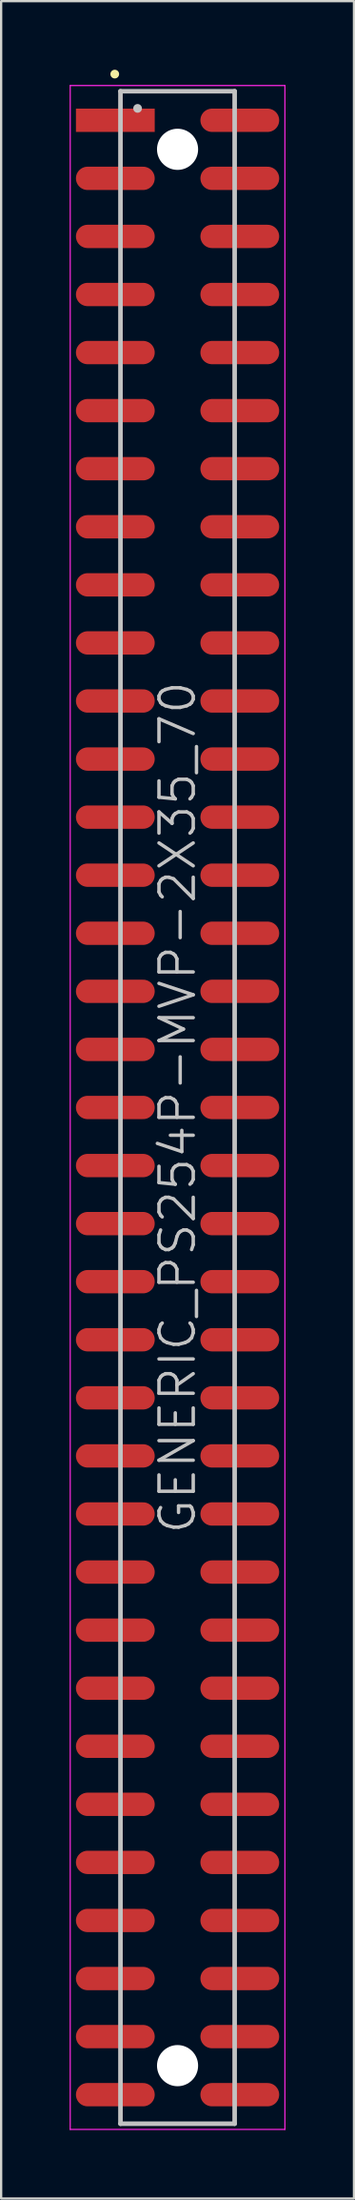
<source format=kicad_pcb>
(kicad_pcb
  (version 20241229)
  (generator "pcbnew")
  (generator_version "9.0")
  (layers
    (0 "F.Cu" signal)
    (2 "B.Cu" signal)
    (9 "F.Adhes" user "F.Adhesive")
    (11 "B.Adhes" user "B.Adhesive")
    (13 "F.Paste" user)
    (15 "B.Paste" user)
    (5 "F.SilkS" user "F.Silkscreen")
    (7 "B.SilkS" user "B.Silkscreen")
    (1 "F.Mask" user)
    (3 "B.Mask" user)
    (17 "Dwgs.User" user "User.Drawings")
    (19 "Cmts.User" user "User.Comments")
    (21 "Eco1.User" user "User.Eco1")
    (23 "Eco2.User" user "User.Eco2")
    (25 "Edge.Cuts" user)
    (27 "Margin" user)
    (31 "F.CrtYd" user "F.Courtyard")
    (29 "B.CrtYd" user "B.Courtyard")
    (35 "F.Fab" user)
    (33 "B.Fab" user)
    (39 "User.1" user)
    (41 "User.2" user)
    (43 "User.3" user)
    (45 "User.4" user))
  (footprint "GENERIC_PS254P-MVP-2X35_70"
    (layer "F.Cu")
    (at 4.725 45.391)
    (property "Reference" "GENERIC_PS254P-MVP-2X35_70" (at 0 0 90) (layer "Dwgs.User") (effects (font (size 1.5 1.5) (thickness 0.15))))
    (attr smd)
    (fp_line (start -2.75 -45.2) (end -2.75 -45.2) (stroke (width 0.381) (type solid)) (layer "F.SilkS"))
    (fp_line (start -2.5 -44.45) (end -2.5 44.45) (stroke (width 0.2) (type solid)) (layer "Dwgs.User"))
    (fp_line (start -2.5 -44.45) (end 2.5 -44.45) (stroke (width 0.2) (type solid)) (layer "Dwgs.User"))
    (fp_line (start -2.5 44.45) (end 2.5 44.45) (stroke (width 0.2) (type solid)) (layer "Dwgs.User"))
    (fp_line (start -1.75 -43.7) (end -1.75 -43.7) (stroke (width 0.381) (type solid)) (layer "Dwgs.User"))
    (fp_line (start 2.5 -44.45) (end 2.5 44.45) (stroke (width 0.2) (type solid)) (layer "Dwgs.User"))
    (fp_line (start -4.7 -44.7) (end -4.7 44.7) (stroke (width 0.05) (type solid)) (layer "F.CrtYd"))
    (fp_line (start -4.7 -44.7) (end 4.7 -44.7) (stroke (width 0.05) (type solid)) (layer "F.CrtYd"))
    (fp_line (start -4.7 44.7) (end 4.7 44.7) (stroke (width 0.05) (type solid)) (layer "F.CrtYd"))
    (fp_line (start 4.7 -44.7) (end 4.7 44.7) (stroke (width 0.05) (type solid)) (layer "F.CrtYd"))
    (pad "" np_thru_hole circle (at 0 -41.91 270) (size 1.8 1.8) (drill 1.8) (layers "*.Cu" "*.Mask"))
    (pad "" np_thru_hole circle (at 0 41.91 270) (size 1.8 1.8) (drill 1.8) (layers "*.Cu" "*.Mask"))
    (pad "1" smd rect (at -2.725 -43.18 270) (size 1.02 3.45) (layers "F.Cu" "F.Mask" "F.Paste"))
    (pad "2" smd oval (at 2.725 -43.18 270) (size 1.02 3.45) (layers "F.Cu" "F.Mask" "F.Paste"))
    (pad "3" smd oval (at -2.725 -40.64 270) (size 1.02 3.45) (layers "F.Cu" "F.Mask" "F.Paste"))
    (pad "4" smd oval (at 2.725 -40.64 270) (size 1.02 3.45) (layers "F.Cu" "F.Mask" "F.Paste"))
    (pad "5" smd oval (at -2.725 -38.1 270) (size 1.02 3.45) (layers "F.Cu" "F.Mask" "F.Paste"))
    (pad "6" smd oval (at 2.725 -38.1 270) (size 1.02 3.45) (layers "F.Cu" "F.Mask" "F.Paste"))
    (pad "7" smd oval (at -2.725 -35.56 270) (size 1.02 3.45) (layers "F.Cu" "F.Mask" "F.Paste"))
    (pad "8" smd oval (at 2.725 -35.56 270) (size 1.02 3.45) (layers "F.Cu" "F.Mask" "F.Paste"))
    (pad "9" smd oval (at -2.725 -33.02 270) (size 1.02 3.45) (layers "F.Cu" "F.Mask" "F.Paste"))
    (pad "10" smd oval (at 2.725 -33.02 270) (size 1.02 3.45) (layers "F.Cu" "F.Mask" "F.Paste"))
    (pad "11" smd oval (at -2.725 -30.48 270) (size 1.02 3.45) (layers "F.Cu" "F.Mask" "F.Paste"))
    (pad "12" smd oval (at 2.725 -30.48 270) (size 1.02 3.45) (layers "F.Cu" "F.Mask" "F.Paste"))
    (pad "13" smd oval (at -2.725 -27.94 270) (size 1.02 3.45) (layers "F.Cu" "F.Mask" "F.Paste"))
    (pad "14" smd oval (at 2.725 -27.94 270) (size 1.02 3.45) (layers "F.Cu" "F.Mask" "F.Paste"))
    (pad "15" smd oval (at -2.725 -25.4 270) (size 1.02 3.45) (layers "F.Cu" "F.Mask" "F.Paste"))
    (pad "16" smd oval (at 2.725 -25.4 270) (size 1.02 3.45) (layers "F.Cu" "F.Mask" "F.Paste"))
    (pad "17" smd oval (at -2.725 -22.86 270) (size 1.02 3.45) (layers "F.Cu" "F.Mask" "F.Paste"))
    (pad "18" smd oval (at 2.725 -22.86 270) (size 1.02 3.45) (layers "F.Cu" "F.Mask" "F.Paste"))
    (pad "19" smd oval (at -2.725 -20.32 270) (size 1.02 3.45) (layers "F.Cu" "F.Mask" "F.Paste"))
    (pad "20" smd oval (at 2.725 -20.32 270) (size 1.02 3.45) (layers "F.Cu" "F.Mask" "F.Paste"))
    (pad "21" smd oval (at -2.725 -17.78 270) (size 1.02 3.45) (layers "F.Cu" "F.Mask" "F.Paste"))
    (pad "22" smd oval (at 2.725 -17.78 270) (size 1.02 3.45) (layers "F.Cu" "F.Mask" "F.Paste"))
    (pad "23" smd oval (at -2.725 -15.24 270) (size 1.02 3.45) (layers "F.Cu" "F.Mask" "F.Paste"))
    (pad "24" smd oval (at 2.725 -15.24 270) (size 1.02 3.45) (layers "F.Cu" "F.Mask" "F.Paste"))
    (pad "25" smd oval (at -2.725 -12.7 270) (size 1.02 3.45) (layers "F.Cu" "F.Mask" "F.Paste"))
    (pad "26" smd oval (at 2.725 -12.7 270) (size 1.02 3.45) (layers "F.Cu" "F.Mask" "F.Paste"))
    (pad "27" smd oval (at -2.725 -10.16 270) (size 1.02 3.45) (layers "F.Cu" "F.Mask" "F.Paste"))
    (pad "28" smd oval (at 2.725 -10.16 270) (size 1.02 3.45) (layers "F.Cu" "F.Mask" "F.Paste"))
    (pad "29" smd oval (at -2.725 -7.62 270) (size 1.02 3.45) (layers "F.Cu" "F.Mask" "F.Paste"))
    (pad "30" smd oval (at 2.725 -7.62 270) (size 1.02 3.45) (layers "F.Cu" "F.Mask" "F.Paste"))
    (pad "31" smd oval (at -2.725 -5.08 270) (size 1.02 3.45) (layers "F.Cu" "F.Mask" "F.Paste"))
    (pad "32" smd oval (at 2.725 -5.08 270) (size 1.02 3.45) (layers "F.Cu" "F.Mask" "F.Paste"))
    (pad "33" smd oval (at -2.725 -2.54 270) (size 1.02 3.45) (layers "F.Cu" "F.Mask" "F.Paste"))
    (pad "34" smd oval (at 2.725 -2.54 270) (size 1.02 3.45) (layers "F.Cu" "F.Mask" "F.Paste"))
    (pad "35" smd oval (at -2.725 0 270) (size 1.02 3.45) (layers "F.Cu" "F.Mask" "F.Paste"))
    (pad "36" smd oval (at 2.725 0 270) (size 1.02 3.45) (layers "F.Cu" "F.Mask" "F.Paste"))
    (pad "37" smd oval (at -2.725 2.54 270) (size 1.02 3.45) (layers "F.Cu" "F.Mask" "F.Paste"))
    (pad "38" smd oval (at 2.725 2.54 270) (size 1.02 3.45) (layers "F.Cu" "F.Mask" "F.Paste"))
    (pad "39" smd oval (at -2.725 5.08 270) (size 1.02 3.45) (layers "F.Cu" "F.Mask" "F.Paste"))
    (pad "40" smd oval (at 2.725 5.08 270) (size 1.02 3.45) (layers "F.Cu" "F.Mask" "F.Paste"))
    (pad "41" smd oval (at -2.725 7.62 270) (size 1.02 3.45) (layers "F.Cu" "F.Mask" "F.Paste"))
    (pad "42" smd oval (at 2.725 7.62 270) (size 1.02 3.45) (layers "F.Cu" "F.Mask" "F.Paste"))
    (pad "43" smd oval (at -2.725 10.16 270) (size 1.02 3.45) (layers "F.Cu" "F.Mask" "F.Paste"))
    (pad "44" smd oval (at 2.725 10.16 270) (size 1.02 3.45) (layers "F.Cu" "F.Mask" "F.Paste"))
    (pad "45" smd oval (at -2.725 12.7 270) (size 1.02 3.45) (layers "F.Cu" "F.Mask" "F.Paste"))
    (pad "46" smd oval (at 2.725 12.7 270) (size 1.02 3.45) (layers "F.Cu" "F.Mask" "F.Paste"))
    (pad "47" smd oval (at -2.725 15.24 270) (size 1.02 3.45) (layers "F.Cu" "F.Mask" "F.Paste"))
    (pad "48" smd oval (at 2.725 15.24 270) (size 1.02 3.45) (layers "F.Cu" "F.Mask" "F.Paste"))
    (pad "49" smd oval (at -2.725 17.78 270) (size 1.02 3.45) (layers "F.Cu" "F.Mask" "F.Paste"))
    (pad "50" smd oval (at 2.725 17.78 270) (size 1.02 3.45) (layers "F.Cu" "F.Mask" "F.Paste"))
    (pad "51" smd oval (at -2.725 20.32 270) (size 1.02 3.45) (layers "F.Cu" "F.Mask" "F.Paste"))
    (pad "52" smd oval (at 2.725 20.32 270) (size 1.02 3.45) (layers "F.Cu" "F.Mask" "F.Paste"))
    (pad "53" smd oval (at -2.725 22.86 270) (size 1.02 3.45) (layers "F.Cu" "F.Mask" "F.Paste"))
    (pad "54" smd oval (at 2.725 22.86 270) (size 1.02 3.45) (layers "F.Cu" "F.Mask" "F.Paste"))
    (pad "55" smd oval (at -2.725 25.4 270) (size 1.02 3.45) (layers "F.Cu" "F.Mask" "F.Paste"))
    (pad "56" smd oval (at 2.725 25.4 270) (size 1.02 3.45) (layers "F.Cu" "F.Mask" "F.Paste"))
    (pad "57" smd oval (at -2.725 27.94 270) (size 1.02 3.45) (layers "F.Cu" "F.Mask" "F.Paste"))
    (pad "58" smd oval (at 2.725 27.94 270) (size 1.02 3.45) (layers "F.Cu" "F.Mask" "F.Paste"))
    (pad "59" smd oval (at -2.725 30.48 270) (size 1.02 3.45) (layers "F.Cu" "F.Mask" "F.Paste"))
    (pad "60" smd oval (at 2.725 30.48 270) (size 1.02 3.45) (layers "F.Cu" "F.Mask" "F.Paste"))
    (pad "61" smd oval (at -2.725 33.02 270) (size 1.02 3.45) (layers "F.Cu" "F.Mask" "F.Paste"))
    (pad "62" smd oval (at 2.725 33.02 270) (size 1.02 3.45) (layers "F.Cu" "F.Mask" "F.Paste"))
    (pad "63" smd oval (at -2.725 35.56 270) (size 1.02 3.45) (layers "F.Cu" "F.Mask" "F.Paste"))
    (pad "64" smd oval (at 2.725 35.56 270) (size 1.02 3.45) (layers "F.Cu" "F.Mask" "F.Paste"))
    (pad "65" smd oval (at -2.725 38.1 270) (size 1.02 3.45) (layers "F.Cu" "F.Mask" "F.Paste"))
    (pad "66" smd oval (at 2.725 38.1 270) (size 1.02 3.45) (layers "F.Cu" "F.Mask" "F.Paste"))
    (pad "67" smd oval (at -2.725 40.64 270) (size 1.02 3.45) (layers "F.Cu" "F.Mask" "F.Paste"))
    (pad "68" smd oval (at 2.725 40.64 270) (size 1.02 3.45) (layers "F.Cu" "F.Mask" "F.Paste"))
    (pad "69" smd oval (at -2.725 43.18 270) (size 1.02 3.45) (layers "F.Cu" "F.Mask" "F.Paste"))
    (pad "70" smd oval (at 2.725 43.18 270) (size 1.02 3.45) (layers "F.Cu" "F.Mask" "F.Paste")))
  (gr_rect
    (start -3 -3)
    (end 12.45 93.115)
    (stroke (width 0.1) (type default))
    (fill no)
    (layer "Edge.Cuts")))
</source>
